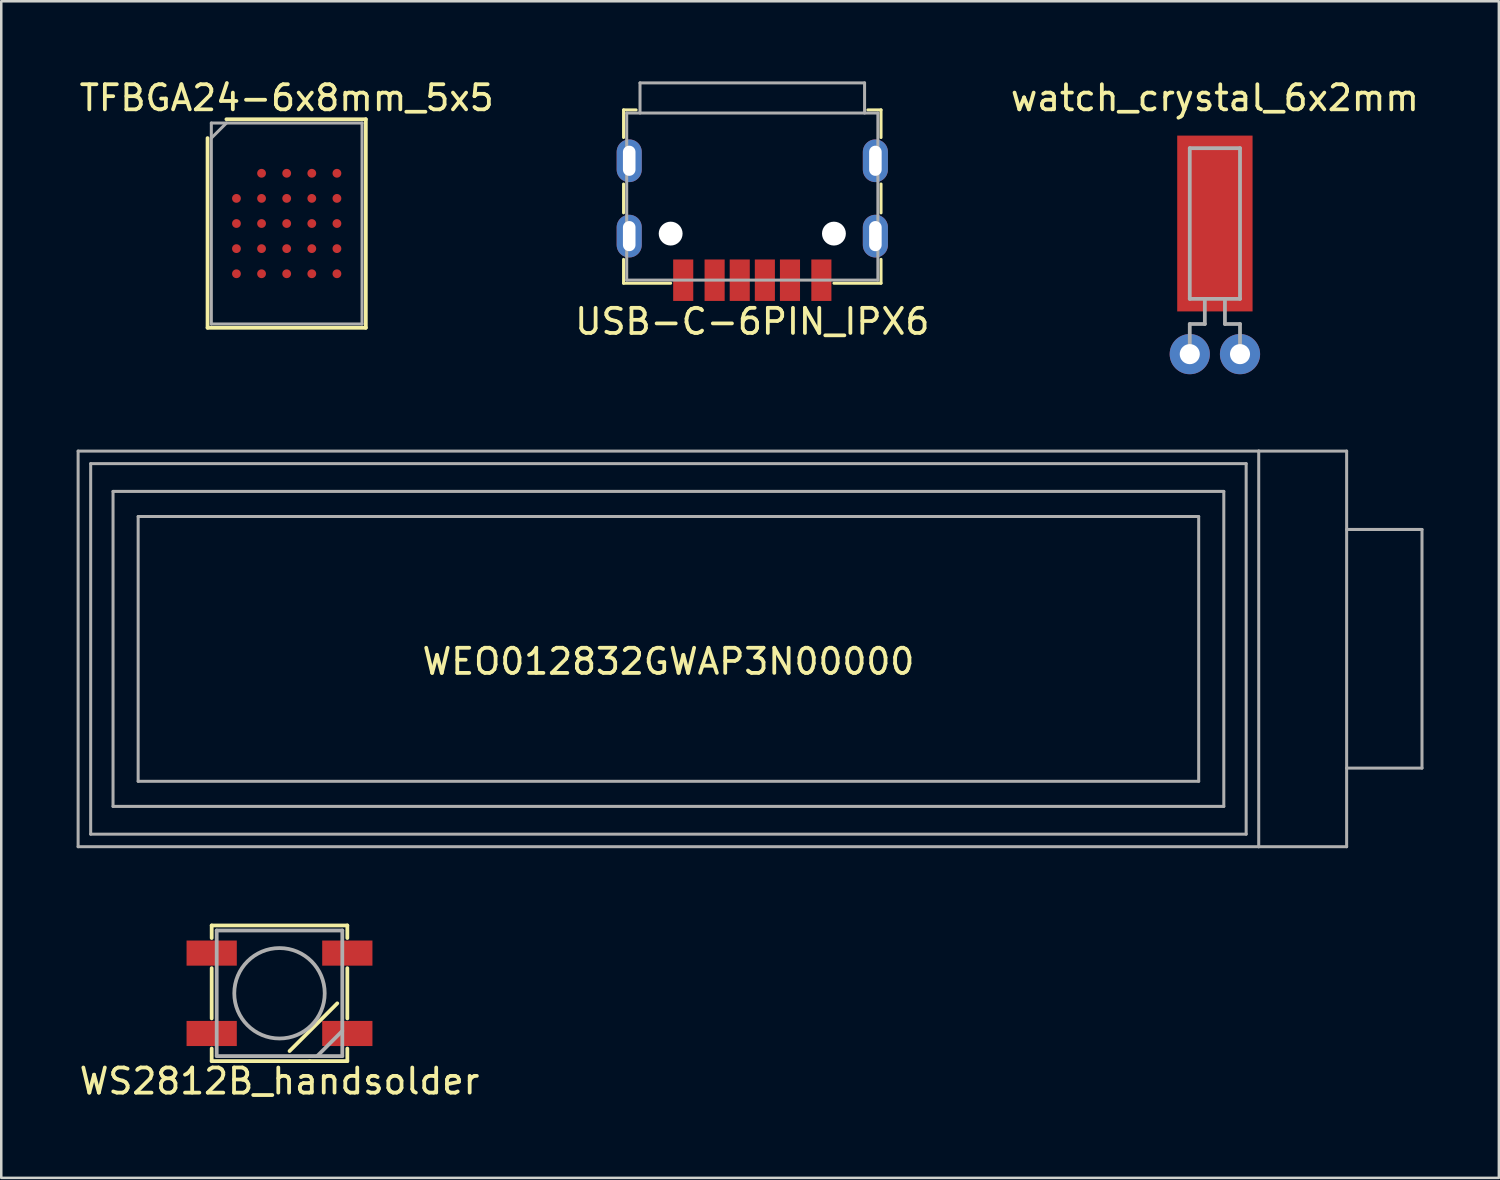
<source format=kicad_pcb>
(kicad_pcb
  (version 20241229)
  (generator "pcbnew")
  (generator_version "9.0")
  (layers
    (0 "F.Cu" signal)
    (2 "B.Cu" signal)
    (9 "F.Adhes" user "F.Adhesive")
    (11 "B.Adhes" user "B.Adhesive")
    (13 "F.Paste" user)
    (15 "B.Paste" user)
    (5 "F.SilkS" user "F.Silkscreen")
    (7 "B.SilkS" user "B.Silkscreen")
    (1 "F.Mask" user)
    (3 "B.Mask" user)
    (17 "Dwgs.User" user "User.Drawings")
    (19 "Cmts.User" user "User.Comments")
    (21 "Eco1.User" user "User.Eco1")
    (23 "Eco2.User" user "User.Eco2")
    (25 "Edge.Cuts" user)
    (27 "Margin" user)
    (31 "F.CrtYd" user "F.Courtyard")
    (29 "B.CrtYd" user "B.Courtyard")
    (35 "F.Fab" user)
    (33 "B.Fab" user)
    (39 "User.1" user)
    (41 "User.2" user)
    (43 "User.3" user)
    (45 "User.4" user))
  (footprint "TFBGA24-6x8mm_5x5"
    (layer "F.Cu")
    (at 8.363 5.848)
    (property "Reference" "TFBGA24-6x8mm_5x5" (at 0 -5 0) (layer "F.SilkS") (effects (font (size 1 1) (thickness 0.15))))
    (attr through_hole)
    (fp_line (start -3.15 4.15) (end -3.15 -3.4) (stroke (width 0.15) (type solid)) (layer "F.SilkS"))
    (fp_line (start -2.4 -4.15) (end 3.15 -4.15) (stroke (width 0.15) (type solid)) (layer "F.SilkS"))
    (fp_line (start 3.15 -4.15) (end 3.15 4.15) (stroke (width 0.15) (type solid)) (layer "F.SilkS"))
    (fp_line (start 3.15 4.15) (end -3.15 4.15) (stroke (width 0.15) (type solid)) (layer "F.SilkS"))
    (fp_line (start -3 -4) (end 3 -4) (stroke (width 0.12) (type solid)) (layer "F.Fab"))
    (fp_line (start -3 -3.4) (end -2.4 -4) (stroke (width 0.12) (type solid)) (layer "F.Fab"))
    (fp_line (start -3 4) (end -3 -4) (stroke (width 0.12) (type solid)) (layer "F.Fab"))
    (fp_line (start 3 -4) (end 3 4) (stroke (width 0.12) (type solid)) (layer "F.Fab"))
    (fp_line (start 3 4) (end -3 4) (stroke (width 0.12) (type solid)) (layer "F.Fab"))
    (pad "A2" smd circle (at -1 -2) (size 0.35 0.35) (layers "F.Cu" "F.Mask" "F.Paste"))
    (pad "A3" smd circle (at 0 -2) (size 0.35 0.35) (layers "F.Cu" "F.Mask" "F.Paste"))
    (pad "A4" smd circle (at 1 -2) (size 0.35 0.35) (layers "F.Cu" "F.Mask" "F.Paste"))
    (pad "A5" smd circle (at 2 -2) (size 0.35 0.35) (layers "F.Cu" "F.Mask" "F.Paste"))
    (pad "B1" smd circle (at -2 -1) (size 0.35 0.35) (layers "F.Cu" "F.Mask" "F.Paste"))
    (pad "B2" smd circle (at -1 -1) (size 0.35 0.35) (layers "F.Cu" "F.Mask" "F.Paste"))
    (pad "B3" smd circle (at 0 -1) (size 0.35 0.35) (layers "F.Cu" "F.Mask" "F.Paste"))
    (pad "B4" smd circle (at 1 -1) (size 0.35 0.35) (layers "F.Cu" "F.Mask" "F.Paste"))
    (pad "B5" smd circle (at 2 -1) (size 0.35 0.35) (layers "F.Cu" "F.Mask" "F.Paste"))
    (pad "C1" smd circle (at -2 0) (size 0.35 0.35) (layers "F.Cu" "F.Mask" "F.Paste"))
    (pad "C2" smd circle (at -1 0) (size 0.35 0.35) (layers "F.Cu" "F.Mask" "F.Paste"))
    (pad "C3" smd circle (at 0 0) (size 0.35 0.35) (layers "F.Cu" "F.Mask" "F.Paste"))
    (pad "C4" smd circle (at 1 0) (size 0.35 0.35) (layers "F.Cu" "F.Mask" "F.Paste"))
    (pad "C5" smd circle (at 2 0) (size 0.35 0.35) (layers "F.Cu" "F.Mask" "F.Paste"))
    (pad "D1" smd circle (at -2 1) (size 0.35 0.35) (layers "F.Cu" "F.Mask" "F.Paste"))
    (pad "D2" smd circle (at -1 1) (size 0.35 0.35) (layers "F.Cu" "F.Mask" "F.Paste"))
    (pad "D3" smd circle (at 0 1) (size 0.35 0.35) (layers "F.Cu" "F.Mask" "F.Paste"))
    (pad "D4" smd circle (at 1 1) (size 0.35 0.35) (layers "F.Cu" "F.Mask" "F.Paste"))
    (pad "D5" smd circle (at 2 1) (size 0.35 0.35) (layers "F.Cu" "F.Mask" "F.Paste"))
    (pad "E1" smd circle (at -2 2) (size 0.35 0.35) (layers "F.Cu" "F.Mask" "F.Paste"))
    (pad "E2" smd circle (at -1 2) (size 0.35 0.35) (layers "F.Cu" "F.Mask" "F.Paste"))
    (pad "E3" smd circle (at 0 2) (size 0.35 0.35) (layers "F.Cu" "F.Mask" "F.Paste"))
    (pad "E4" smd circle (at 1 2) (size 0.35 0.35) (layers "F.Cu" "F.Mask" "F.Paste"))
    (pad "E5" smd circle (at 2 2) (size 0.35 0.35) (layers "F.Cu" "F.Mask" "F.Paste")))
  (footprint "WS2812B_handsolder"
    (layer "F.Cu")
    (at 8.077 36.493)
    (property "Reference" "WS2812B_handsolder" (at 0 3.5 0) (layer "F.SilkS") (effects (font (size 1 1) (thickness 0.15))))
    (attr smd)
    (fp_line (start -2.7 -2.7) (end 2.7 -2.7) (stroke (width 0.15) (type solid)) (layer "F.SilkS"))
    (fp_line (start -2.7 -2.2) (end -2.7 -2.7) (stroke (width 0.15) (type solid)) (layer "F.SilkS"))
    (fp_line (start -2.7 -1) (end -2.7 1) (stroke (width 0.15) (type solid)) (layer "F.SilkS"))
    (fp_line (start -2.7 2.2) (end -2.7 2.7) (stroke (width 0.15) (type solid)) (layer "F.SilkS"))
    (fp_line (start -2.7 2.7) (end 1.2 2.7) (stroke (width 0.15) (type solid)) (layer "F.SilkS"))
    (fp_line (start 0.4 2.3) (end 2.3 0.4) (stroke (width 0.15) (type solid)) (layer "F.SilkS"))
    (fp_line (start 1.2 2.7) (end 2.7 2.7) (stroke (width 0.15) (type solid)) (layer "F.SilkS"))
    (fp_line (start 2.7 -2.7) (end 2.7 -2.2) (stroke (width 0.15) (type solid)) (layer "F.SilkS"))
    (fp_line (start 2.7 1) (end 2.7 -1) (stroke (width 0.15) (type solid)) (layer "F.SilkS"))
    (fp_line (start 2.7 2.7) (end 2.7 2.2) (stroke (width 0.15) (type solid)) (layer "F.SilkS"))
    (fp_line (start -2.5 -2.5) (end 2.5 -2.5) (stroke (width 0.15) (type solid)) (layer "F.Fab"))
    (fp_line (start -2.5 2.5) (end -2.5 -2.5) (stroke (width 0.15) (type solid)) (layer "F.Fab"))
    (fp_line (start 1.5 2.5) (end 2.5 1.5) (stroke (width 0.15) (type solid)) (layer "F.Fab"))
    (fp_line (start 2.5 -2.5) (end 2.5 2.5) (stroke (width 0.15) (type solid)) (layer "F.Fab"))
    (fp_line (start 2.5 2.5) (end -2.5 2.5) (stroke (width 0.15) (type solid)) (layer "F.Fab"))
    (fp_circle (center 0 0) (end 1.8 0) (stroke (width 0.15) (type solid)) (fill no) (layer "F.Fab"))
    (pad "1" smd rect (at -2.7 -1.6) (size 2 1) (layers "F.Cu" "F.Mask" "F.Paste"))
    (pad "2" smd rect (at -2.7 1.6) (size 2 1) (layers "F.Cu" "F.Mask" "F.Paste"))
    (pad "3" smd rect (at 2.7 1.6) (size 2 1) (layers "F.Cu" "F.Mask" "F.Paste"))
    (pad "4" smd rect (at 2.7 -1.6) (size 2 1) (layers "F.Cu" "F.Mask" "F.Paste")))
  (footprint "WEO012832GWAP3N00000"
    (layer "F.Cu")
    (at 23.56 22.783)
    (property "Reference" "WEO012832GWAP3N00000" (at 0 0.5 0) (layer "F.SilkS") (effects (font (size 1 1) (thickness 0.15))))
    (attr through_hole)
    (fp_line (start -23.5 -7.875) (end 23.5 -7.875) (stroke (width 0.12) (type solid)) (layer "F.Fab"))
    (fp_line (start -23.5 7.875) (end -23.5 -7.875) (stroke (width 0.12) (type solid)) (layer "F.Fab"))
    (fp_line (start -23 -7.375) (end -23 7.375) (stroke (width 0.12) (type solid)) (layer "F.Fab"))
    (fp_line (start -23 -7.375) (end 23 -7.375) (stroke (width 0.12) (type solid)) (layer "F.Fab"))
    (fp_line (start -23 7.375) (end 23 7.375) (stroke (width 0.12) (type solid)) (layer "F.Fab"))
    (fp_line (start -22.11 -6.27) (end -22.11 6.27) (stroke (width 0.12) (type solid)) (layer "F.Fab"))
    (fp_line (start -22.11 -6.27) (end 22.11 -6.27) (stroke (width 0.12) (type solid)) (layer "F.Fab"))
    (fp_line (start -22.11 6.27) (end 22.11 6.27) (stroke (width 0.12) (type solid)) (layer "F.Fab"))
    (fp_line (start -21.11 -5.27) (end -21.11 5.27) (stroke (width 0.12) (type solid)) (layer "F.Fab"))
    (fp_line (start -21.11 -5.27) (end 21.11 -5.27) (stroke (width 0.12) (type solid)) (layer "F.Fab"))
    (fp_line (start -21.11 5.27) (end 21.11 5.27) (stroke (width 0.12) (type solid)) (layer "F.Fab"))
    (fp_line (start 21.11 -5.27) (end 21.11 5.27) (stroke (width 0.12) (type solid)) (layer "F.Fab"))
    (fp_line (start 22.11 -6.27) (end 22.11 6.27) (stroke (width 0.12) (type solid)) (layer "F.Fab"))
    (fp_line (start 23 -7.375) (end 23 7.375) (stroke (width 0.12) (type solid)) (layer "F.Fab"))
    (fp_line (start 23.5 -7.875) (end 23.5 7.875) (stroke (width 0.12) (type solid)) (layer "F.Fab"))
    (fp_line (start 23.5 -7.875) (end 27 -7.875) (stroke (width 0.12) (type solid)) (layer "F.Fab"))
    (fp_line (start 23.5 7.875) (end -23.5 7.875) (stroke (width 0.12) (type solid)) (layer "F.Fab"))
    (fp_line (start 27 -7.875) (end 27 7.875) (stroke (width 0.12) (type solid)) (layer "F.Fab"))
    (fp_line (start 27 -4.755) (end 30 -4.755) (stroke (width 0.12) (type solid)) (layer "F.Fab"))
    (fp_line (start 27 4.745) (end 30 4.745) (stroke (width 0.12) (type solid)) (layer "F.Fab"))
    (fp_line (start 27 7.875) (end 23.5 7.875) (stroke (width 0.12) (type solid)) (layer "F.Fab"))
    (fp_line (start 30 -4.755) (end 30 4.745) (stroke (width 0.12) (type solid)) (layer "F.Fab")))
  (footprint "watch_crystal_6x2mm"
    (layer "F.Cu")
    (at 45.315 11.048)
    (property "Reference" "watch_crystal_6x2mm" (at 0 -10.2 0) (layer "F.SilkS") (effects (font (size 1 1) (thickness 0.15))))
    (attr through_hole)
    (fp_line (start -1 -8.2) (end -1 -2.2) (stroke (width 0.15) (type solid)) (layer "F.Fab"))
    (fp_line (start -1 -2.2) (end 1 -2.2) (stroke (width 0.15) (type solid)) (layer "F.Fab"))
    (fp_line (start -1 0) (end -1 -1.2) (stroke (width 0.15) (type solid)) (layer "F.Fab"))
    (fp_line (start -0.4 -2.2) (end -0.4 -1.2) (stroke (width 0.15) (type solid)) (layer "F.Fab"))
    (fp_line (start -0.4 -1.2) (end -1 -1.2) (stroke (width 0.15) (type solid)) (layer "F.Fab"))
    (fp_line (start 0.4 -2.2) (end 0.4 -1.2) (stroke (width 0.15) (type solid)) (layer "F.Fab"))
    (fp_line (start 0.4 -1.2) (end 1 -1.2) (stroke (width 0.15) (type solid)) (layer "F.Fab"))
    (fp_line (start 1 -8.2) (end -1 -8.2) (stroke (width 0.15) (type solid)) (layer "F.Fab"))
    (fp_line (start 1 -2.2) (end 1 -8.2) (stroke (width 0.15) (type solid)) (layer "F.Fab"))
    (fp_line (start 1 0) (end 1 -1.2) (stroke (width 0.15) (type solid)) (layer "F.Fab"))
    (pad "1" thru_hole circle (at -1 0) (size 1.6 1.6) (drill 0.8) (layers "*.Cu" "*.Mask"))
    (pad "2" thru_hole circle (at 1 0) (size 1.6 1.6) (drill 0.8) (layers "*.Cu" "*.Mask"))
    (pad "3" smd rect (at 0 -5.2) (size 3 7) (layers "F.Cu" "F.Mask" "F.Paste")))
  (footprint "USB-C-6PIN_IPX6"
    (layer "F.Cu")
    (at 26.899 0.25)
    (property "Reference" "USB-C-6PIN_IPX6" (at 0 9.5 0) (layer "F.SilkS") (effects (font (size 1 1) (thickness 0.15))))
    (attr through_hole)
    (fp_line (start -5.125 1.075) (end -4.625 1.075) (stroke (width 0.12) (type solid)) (layer "F.SilkS"))
    (fp_line (start -5.125 2.175) (end -5.125 1.075) (stroke (width 0.12) (type solid)) (layer "F.SilkS"))
    (fp_line (start -5.125 5.175) (end -5.125 4.025) (stroke (width 0.12) (type solid)) (layer "F.SilkS"))
    (fp_line (start -5.125 7.975) (end -5.125 7.025) (stroke (width 0.12) (type solid)) (layer "F.SilkS"))
    (fp_line (start -3.25 7.975) (end -5.125 7.975) (stroke (width 0.12) (type solid)) (layer "F.SilkS"))
    (fp_line (start 3.25 7.975) (end 5.125 7.975) (stroke (width 0.12) (type solid)) (layer "F.SilkS"))
    (fp_line (start 5.125 1.075) (end 4.6 1.075) (stroke (width 0.12) (type solid)) (layer "F.SilkS"))
    (fp_line (start 5.125 2.175) (end 5.125 1.075) (stroke (width 0.12) (type solid)) (layer "F.SilkS"))
    (fp_line (start 5.125 5.175) (end 5.125 4.025) (stroke (width 0.12) (type solid)) (layer "F.SilkS"))
    (fp_line (start 5.125 7.975) (end 5.125 7.025) (stroke (width 0.12) (type solid)) (layer "F.SilkS"))
    (fp_line (start -5 1.2) (end -5 7.85) (stroke (width 0.12) (type solid)) (layer "F.Fab"))
    (fp_line (start -5 1.2) (end 5 1.2) (stroke (width 0.12) (type solid)) (layer "F.Fab"))
    (fp_line (start -5 7.85) (end 5 7.85) (stroke (width 0.12) (type solid)) (layer "F.Fab"))
    (fp_line (start -4.47 0) (end -4.47 1.2) (stroke (width 0.12) (type solid)) (layer "F.Fab"))
    (fp_line (start -4.47 0) (end 4.47 0) (stroke (width 0.12) (type solid)) (layer "F.Fab"))
    (fp_line (start 4.47 0) (end 4.47 1.2) (stroke (width 0.12) (type solid)) (layer "F.Fab"))
    (fp_line (start 5 1.2) (end 5 7.85) (stroke (width 0.12) (type solid)) (layer "F.Fab"))
    (pad "" np_thru_hole oval (at -3.25 6) (size 0.95 0.95) (drill 0.95) (layers "*.Cu" "*.Mask"))
    (pad "" np_thru_hole oval (at 3.25 6) (size 0.95 0.95) (drill 0.95) (layers "*.Cu" "*.Mask"))
    (pad "A5" smd rect (at 0.5 7.855) (size 0.8 1.65) (layers "F.Cu" "F.Mask" "F.Paste"))
    (pad "A9" smd rect (at -1.5 7.855) (size 0.8 1.65) (layers "F.Cu" "F.Mask" "F.Paste"))
    (pad "A12" smd rect (at -2.75 7.855) (size 0.8 1.65) (layers "F.Cu" "F.Mask" "F.Paste"))
    (pad "B5" smd rect (at -0.5 7.855) (size 0.8 1.65) (layers "F.Cu" "F.Mask" "F.Paste"))
    (pad "B9" smd rect (at 1.5 7.855) (size 0.8 1.65) (layers "F.Cu" "F.Mask" "F.Paste"))
    (pad "B12" smd rect (at 2.75 7.855) (size 0.8 1.65) (layers "F.Cu" "F.Mask" "F.Paste"))
    (pad "S1" thru_hole oval (at -4.9 3.1) (size 1 1.7) (drill oval 0.5 1.2) (layers "*.Cu" "*.Mask"))
    (pad "S1" thru_hole oval (at -4.9 6.1) (size 1 1.7) (drill oval 0.5 1.2) (layers "*.Cu" "*.Mask"))
    (pad "S1" thru_hole oval (at 4.9 3.1) (size 1 1.7) (drill oval 0.5 1.2) (layers "*.Cu" "*.Mask"))
    (pad "S1" thru_hole oval (at 4.9 6.1) (size 1 1.7) (drill oval 0.5 1.2) (layers "*.Cu" "*.Mask")))
  (gr_rect
    (start -3 -3)
    (end 56.62 43.842)
    (stroke (width 0.1) (type default))
    (fill no)
    (layer "Edge.Cuts")))
</source>
